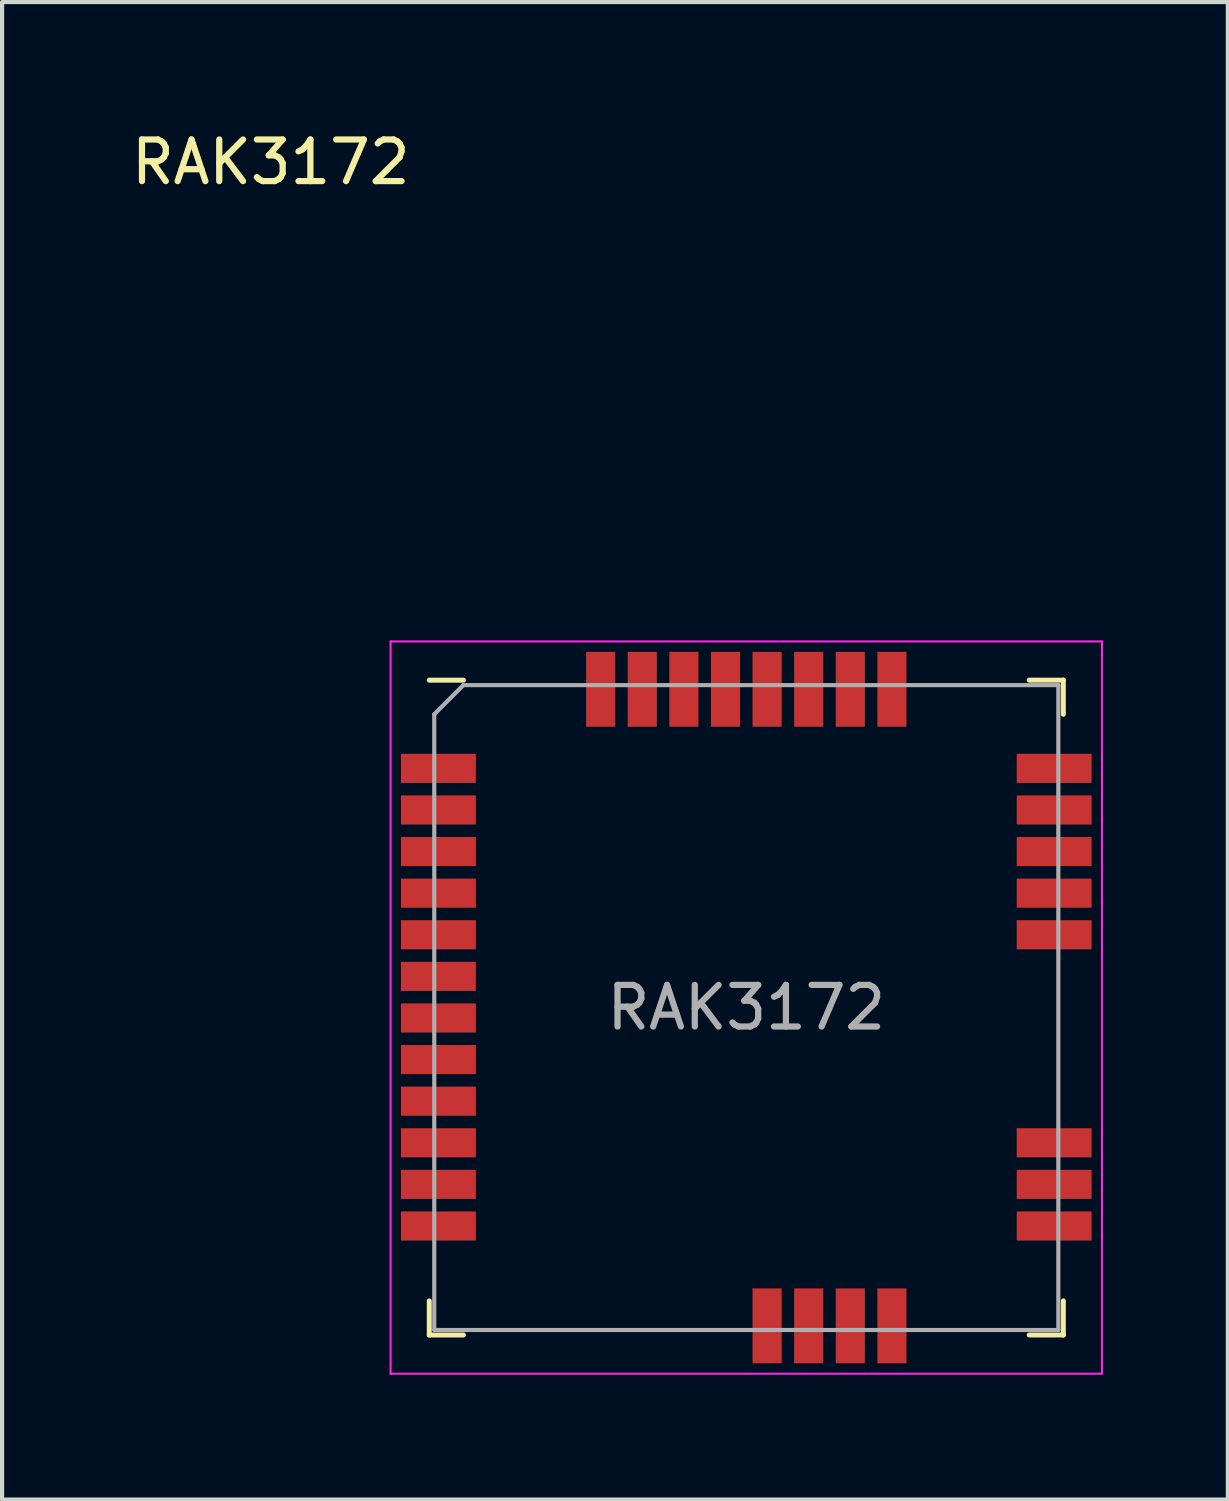
<source format=kicad_pcb>
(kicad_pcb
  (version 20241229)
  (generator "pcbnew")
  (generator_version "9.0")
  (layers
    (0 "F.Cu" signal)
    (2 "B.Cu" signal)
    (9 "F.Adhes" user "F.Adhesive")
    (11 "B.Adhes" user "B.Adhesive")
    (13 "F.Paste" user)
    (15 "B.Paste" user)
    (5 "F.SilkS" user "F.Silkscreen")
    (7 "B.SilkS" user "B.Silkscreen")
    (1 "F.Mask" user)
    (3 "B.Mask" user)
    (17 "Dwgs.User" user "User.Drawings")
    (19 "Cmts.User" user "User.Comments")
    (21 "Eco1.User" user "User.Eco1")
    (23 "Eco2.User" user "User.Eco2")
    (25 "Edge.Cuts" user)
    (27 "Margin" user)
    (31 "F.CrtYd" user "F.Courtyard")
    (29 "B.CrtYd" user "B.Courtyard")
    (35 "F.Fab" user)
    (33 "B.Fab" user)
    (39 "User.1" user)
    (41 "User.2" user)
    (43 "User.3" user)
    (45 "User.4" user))
  (footprint "RAK3172"
    (layer "F.Cu")
    (at 14.888 21.168)
    (property "Reference" "RAK3172" (at -11.43 -20.32 0) (layer "F.SilkS") (effects (font (size 1 1) (thickness 0.15))))
    (attr smd)
    (fp_line (start -7.62 -7.87) (end -6.8 -7.87) (stroke (width 0.12) (type solid)) (layer "F.SilkS"))
    (fp_line (start -7.62 7.05) (end -7.62 7.87) (stroke (width 0.12) (type solid)) (layer "F.SilkS"))
    (fp_line (start -6.8 7.87) (end -7.62 7.87) (stroke (width 0.12) (type solid)) (layer "F.SilkS"))
    (fp_line (start 6.8 7.87) (end 7.62 7.87) (stroke (width 0.12) (type solid)) (layer "F.SilkS"))
    (fp_line (start 7.62 -7.87) (end 6.8 -7.87) (stroke (width 0.12) (type solid)) (layer "F.SilkS"))
    (fp_line (start 7.62 -7.05) (end 7.62 -7.87) (stroke (width 0.12) (type solid)) (layer "F.SilkS"))
    (fp_line (start 7.62 7.05) (end 7.62 7.87) (stroke (width 0.12) (type solid)) (layer "F.SilkS"))
    (fp_line (start -8.55 -8.8) (end -8.55 8.8) (stroke (width 0.05) (type solid)) (layer "F.CrtYd"))
    (fp_line (start 8.55 -8.8) (end -8.55 -8.8) (stroke (width 0.05) (type solid)) (layer "F.CrtYd"))
    (fp_line (start 8.55 -8.8) (end 8.55 8.8) (stroke (width 0.05) (type solid)) (layer "F.CrtYd"))
    (fp_line (start 8.55 8.8) (end -8.55 8.8) (stroke (width 0.05) (type solid)) (layer "F.CrtYd"))
    (fp_line (start -7.5 -7.05) (end -7.5 7.75) (stroke (width 0.1) (type solid)) (layer "F.Fab"))
    (fp_line (start -7.5 -7.05) (end -6.8 -7.75) (stroke (width 0.1) (type solid)) (layer "F.Fab"))
    (fp_line (start -7.5 7.75) (end 7.5 7.75) (stroke (width 0.1) (type solid)) (layer "F.Fab"))
    (fp_line (start -6.8 -7.75) (end 7.5 -7.75) (stroke (width 0.1) (type solid)) (layer "F.Fab"))
    (fp_line (start 7.5 -7.75) (end 7.5 7.75) (stroke (width 0.1) (type solid)) (layer "F.Fab"))
    (fp_text user "${REFERENCE}" (at 0 0 0) (layer "F.Fab") (effects (font (size 1 1) (thickness 0.15))))
    (pad "1" smd rect (at -7.4 -5.75) (size 1.8 0.7) (layers "F.Cu" "F.Mask" "F.Paste"))
    (pad "2" smd rect (at -7.4 -4.75) (size 1.8 0.7) (layers "F.Cu" "F.Mask" "F.Paste"))
    (pad "3" smd rect (at -7.4 -3.75) (size 1.8 0.7) (layers "F.Cu" "F.Mask" "F.Paste"))
    (pad "4" smd rect (at -7.4 -2.75) (size 1.8 0.7) (layers "F.Cu" "F.Mask" "F.Paste"))
    (pad "5" smd rect (at -7.4 -1.75) (size 1.8 0.7) (layers "F.Cu" "F.Mask" "F.Paste"))
    (pad "6" smd rect (at -7.4 -0.75) (size 1.8 0.7) (layers "F.Cu" "F.Mask" "F.Paste"))
    (pad "7" smd rect (at -7.4 0.25) (size 1.8 0.7) (layers "F.Cu" "F.Mask" "F.Paste"))
    (pad "8" smd rect (at -7.4 1.25) (size 1.8 0.7) (layers "F.Cu" "F.Mask" "F.Paste"))
    (pad "9" smd rect (at -7.4 2.25) (size 1.8 0.7) (layers "F.Cu" "F.Mask" "F.Paste"))
    (pad "10" smd rect (at -7.4 3.25) (size 1.8 0.7) (layers "F.Cu" "F.Mask" "F.Paste"))
    (pad "11" smd rect (at -7.4 4.25) (size 1.8 0.7) (layers "F.Cu" "F.Mask" "F.Paste"))
    (pad "12" smd rect (at -7.4 5.25) (size 1.8 0.7) (layers "F.Cu" "F.Mask" "F.Paste"))
    (pad "13" smd rect (at 0.5 7.65 270) (size 1.8 0.7) (layers "F.Cu" "F.Mask" "F.Paste"))
    (pad "14" smd rect (at 1.5 7.65 90) (size 1.8 0.7) (layers "F.Cu" "F.Mask" "F.Paste"))
    (pad "15" smd rect (at 2.5 7.65 90) (size 1.8 0.7) (layers "F.Cu" "F.Mask" "F.Paste"))
    (pad "16" smd rect (at 3.5 7.65 90) (size 1.8 0.7) (layers "F.Cu" "F.Mask" "F.Paste"))
    (pad "17" smd rect (at 7.4 5.25) (size 1.8 0.7) (layers "F.Cu" "F.Mask" "F.Paste"))
    (pad "18" smd rect (at 7.4 4.25) (size 1.8 0.7) (layers "F.Cu" "F.Mask" "F.Paste"))
    (pad "19" smd rect (at 7.4 3.25) (size 1.8 0.7) (layers "F.Cu" "F.Mask" "F.Paste"))
    (pad "20" smd rect (at 7.4 -1.75) (size 1.8 0.7) (layers "F.Cu" "F.Mask" "F.Paste"))
    (pad "21" smd rect (at 7.4 -2.75) (size 1.8 0.7) (layers "F.Cu" "F.Mask" "F.Paste"))
    (pad "22" smd rect (at 7.4 -3.75) (size 1.8 0.7) (layers "F.Cu" "F.Mask" "F.Paste"))
    (pad "23" smd rect (at 7.4 -4.75) (size 1.8 0.7) (layers "F.Cu" "F.Mask" "F.Paste"))
    (pad "24" smd rect (at 7.4 -5.75) (size 1.8 0.7) (layers "F.Cu" "F.Mask" "F.Paste"))
    (pad "25" smd rect (at 3.5 -7.65 270) (size 1.8 0.7) (layers "F.Cu" "F.Mask" "F.Paste"))
    (pad "26" smd rect (at 2.5 -7.65 270) (size 1.8 0.7) (layers "F.Cu" "F.Mask" "F.Paste"))
    (pad "27" smd rect (at 1.5 -7.65 270) (size 1.8 0.7) (layers "F.Cu" "F.Mask" "F.Paste"))
    (pad "28" smd rect (at 0.5 -7.65 270) (size 1.8 0.7) (layers "F.Cu" "F.Mask" "F.Paste"))
    (pad "29" smd rect (at -0.5 -7.65 270) (size 1.8 0.7) (layers "F.Cu" "F.Mask" "F.Paste"))
    (pad "30" smd rect (at -1.5 -7.65 270) (size 1.8 0.7) (layers "F.Cu" "F.Mask" "F.Paste"))
    (pad "31" smd rect (at -2.5 -7.65 270) (size 1.8 0.7) (layers "F.Cu" "F.Mask" "F.Paste"))
    (pad "32" smd rect (at -3.5 -7.65 270) (size 1.8 0.7) (layers "F.Cu" "F.Mask" "F.Paste")))
  (gr_rect
    (start -3 -3)
    (end 26.463 32.993)
    (stroke (width 0.1) (type default))
    (fill no)
    (layer "Edge.Cuts")))
</source>
